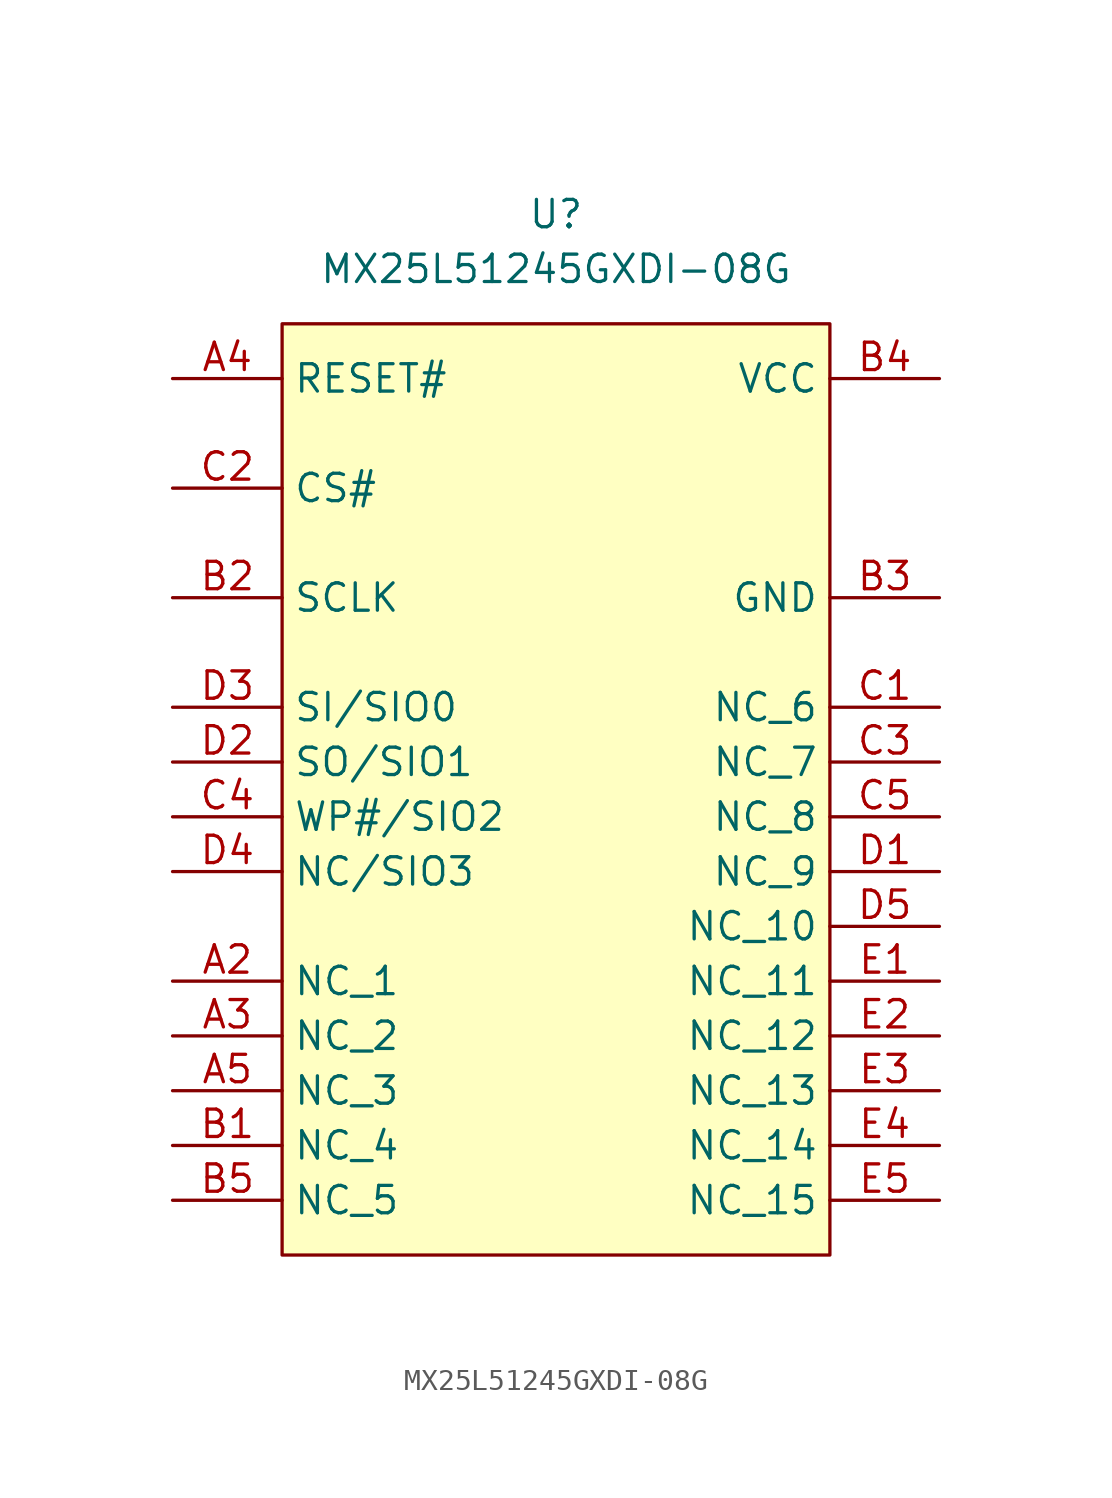
<source format=kicad_sym>
(kicad_symbol_lib
  (version 20241209)
  (generator "kicad_symbol_editor")
  (generator_version "9.0")
  (symbol "MX25L51245GXDI-08G"
    (property "Reference" "U"
      (at 0 5.08 0)
      (effects (font (size 1.27 1.27))))
    (property "Value" "MX25L51245GXDI-08G"
      (at 0 2.54 0)
      (effects (font (size 1.27 1.27))))
    (symbol "MX25L51245GXDI-08G_1_1"
      (rectangle (start -12.7 0) (end 12.7 -43.18) (stroke (width 0) (type solid)) (fill (type background)))
      (pin passive line (at -17.78 -2.54 0) (length 5.08) (name "RESET#" (effects (font (size 1.27 1.27)))) (number "A4" (effects (font (size 1.27 1.27)))))
      (pin passive line (at -17.78 -7.62 0) (length 5.08) (name "CS#" (effects (font (size 1.27 1.27)))) (number "C2" (effects (font (size 1.27 1.27)))))
      (pin passive line (at -17.78 -12.7 0) (length 5.08) (name "SCLK" (effects (font (size 1.27 1.27)))) (number "B2" (effects (font (size 1.27 1.27)))))
      (pin passive line (at -17.78 -17.78 0) (length 5.08) (name "SI/SIO0" (effects (font (size 1.27 1.27)))) (number "D3" (effects (font (size 1.27 1.27)))))
      (pin passive line (at -17.78 -20.32 0) (length 5.08) (name "SO/SIO1" (effects (font (size 1.27 1.27)))) (number "D2" (effects (font (size 1.27 1.27)))))
      (pin passive line (at -17.78 -22.86 0) (length 5.08) (name "WP#/SIO2" (effects (font (size 1.27 1.27)))) (number "C4" (effects (font (size 1.27 1.27)))))
      (pin passive line (at -17.78 -25.4 0) (length 5.08) (name "NC/SIO3" (effects (font (size 1.27 1.27)))) (number "D4" (effects (font (size 1.27 1.27)))))
      (pin passive line (at -17.78 -30.48 0) (length 5.08) (name "NC_1" (effects (font (size 1.27 1.27)))) (number "A2" (effects (font (size 1.27 1.27)))))
      (pin passive line (at -17.78 -33.02 0) (length 5.08) (name "NC_2" (effects (font (size 1.27 1.27)))) (number "A3" (effects (font (size 1.27 1.27)))))
      (pin passive line (at -17.78 -35.56 0) (length 5.08) (name "NC_3" (effects (font (size 1.27 1.27)))) (number "A5" (effects (font (size 1.27 1.27)))))
      (pin passive line (at -17.78 -38.1 0) (length 5.08) (name "NC_4" (effects (font (size 1.27 1.27)))) (number "B1" (effects (font (size 1.27 1.27)))))
      (pin passive line (at -17.78 -40.64 0) (length 5.08) (name "NC_5" (effects (font (size 1.27 1.27)))) (number "B5" (effects (font (size 1.27 1.27)))))
      (pin passive line (at 17.78 -2.54 180) (length 5.08) (name "VCC" (effects (font (size 1.27 1.27)))) (number "B4" (effects (font (size 1.27 1.27)))))
      (pin passive line (at 17.78 -12.7 180) (length 5.08) (name "GND" (effects (font (size 1.27 1.27)))) (number "B3" (effects (font (size 1.27 1.27)))))
      (pin passive line (at 17.78 -17.78 180) (length 5.08) (name "NC_6" (effects (font (size 1.27 1.27)))) (number "C1" (effects (font (size 1.27 1.27)))))
      (pin passive line (at 17.78 -20.32 180) (length 5.08) (name "NC_7" (effects (font (size 1.27 1.27)))) (number "C3" (effects (font (size 1.27 1.27)))))
      (pin passive line (at 17.78 -22.86 180) (length 5.08) (name "NC_8" (effects (font (size 1.27 1.27)))) (number "C5" (effects (font (size 1.27 1.27)))))
      (pin passive line (at 17.78 -25.4 180) (length 5.08) (name "NC_9" (effects (font (size 1.27 1.27)))) (number "D1" (effects (font (size 1.27 1.27)))))
      (pin passive line (at 17.78 -27.94 180) (length 5.08) (name "NC_10" (effects (font (size 1.27 1.27)))) (number "D5" (effects (font (size 1.27 1.27)))))
      (pin passive line (at 17.78 -30.48 180) (length 5.08) (name "NC_11" (effects (font (size 1.27 1.27)))) (number "E1" (effects (font (size 1.27 1.27)))))
      (pin passive line (at 17.78 -33.02 180) (length 5.08) (name "NC_12" (effects (font (size 1.27 1.27)))) (number "E2" (effects (font (size 1.27 1.27)))))
      (pin passive line (at 17.78 -35.56 180) (length 5.08) (name "NC_13" (effects (font (size 1.27 1.27)))) (number "E3" (effects (font (size 1.27 1.27)))))
      (pin passive line (at 17.78 -38.1 180) (length 5.08) (name "NC_14" (effects (font (size 1.27 1.27)))) (number "E4" (effects (font (size 1.27 1.27)))))
      (pin passive line (at 17.78 -40.64 180) (length 5.08) (name "NC_15" (effects (font (size 1.27 1.27)))) (number "E5" (effects (font (size 1.27 1.27))))))))
</source>
